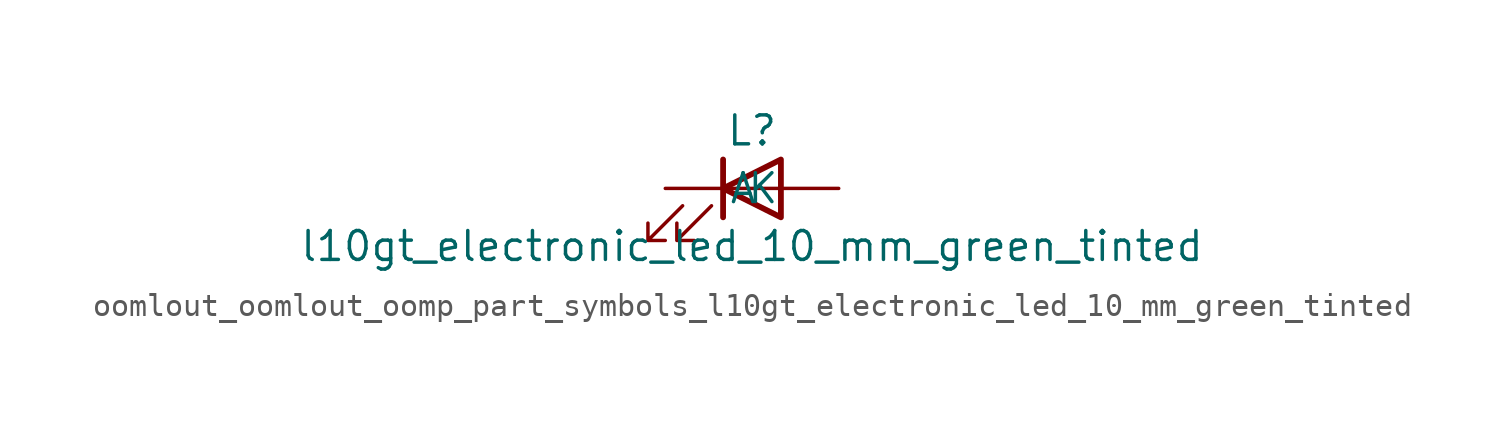
<source format=kicad_sym>
(kicad_symbol_lib
  (version 20220914)
  (generator kicad_symbol_editor)
  (symbol "oomlout_oomlout_oomp_part_symbols_l10gt_electronic_led_10_mm_green_tinted"
    (pin_numbers hide)
    (pin_names
      (offset 1.016))
    (property "Reference" "L"
      (at 0 2.54 0)
      (effects (font (size 1.27 1.27))))
    (property "Value" "l10gt_electronic_led_10_mm_green_tinted"
      (at 0 -2.54 0)
      (effects (font (size 1.27 1.27))))
    (symbol "oomlout_oomlout_oomp_part_symbols_l10gt_electronic_led_10_mm_green_tinted_0_1"
      (polyline (pts (xy -1.27 -1.27) (xy -1.27 1.27)) (stroke (width 0.254) (type default)) (fill (type none)))
      (polyline (pts (xy -1.27 0) (xy 1.27 0)) (stroke (width 0) (type default)) (fill (type none)))
      (polyline (pts (xy 1.27 -1.27) (xy 1.27 1.27) (xy -1.27 0) (xy 1.27 -1.27)) (stroke (width 0.254) (type default)) (fill (type none)))
      (polyline (pts (xy -3.048 -0.762) (xy -4.572 -2.286) (xy -3.81 -2.286) (xy -4.572 -2.286) (xy -4.572 -1.524)) (stroke (width 0) (type default)) (fill (type none)))
      (polyline (pts (xy -1.778 -0.762) (xy -3.302 -2.286) (xy -2.54 -2.286) (xy -3.302 -2.286) (xy -3.302 -1.524)) (stroke (width 0) (type default)) (fill (type none))))
    (symbol "oomlout_oomlout_oomp_part_symbols_l10gt_electronic_led_10_mm_green_tinted_1_1"
      (pin passive line (at -3.81 0 0) (length 2.54) (name "K" (effects (font (size 1.27 1.27)))) (number "1" (effects (font (size 1.27 1.27)))))
      (pin passive line (at 3.81 0 180) (length 2.54) (name "A" (effects (font (size 1.27 1.27)))) (number "2" (effects (font (size 1.27 1.27))))))))
</source>
